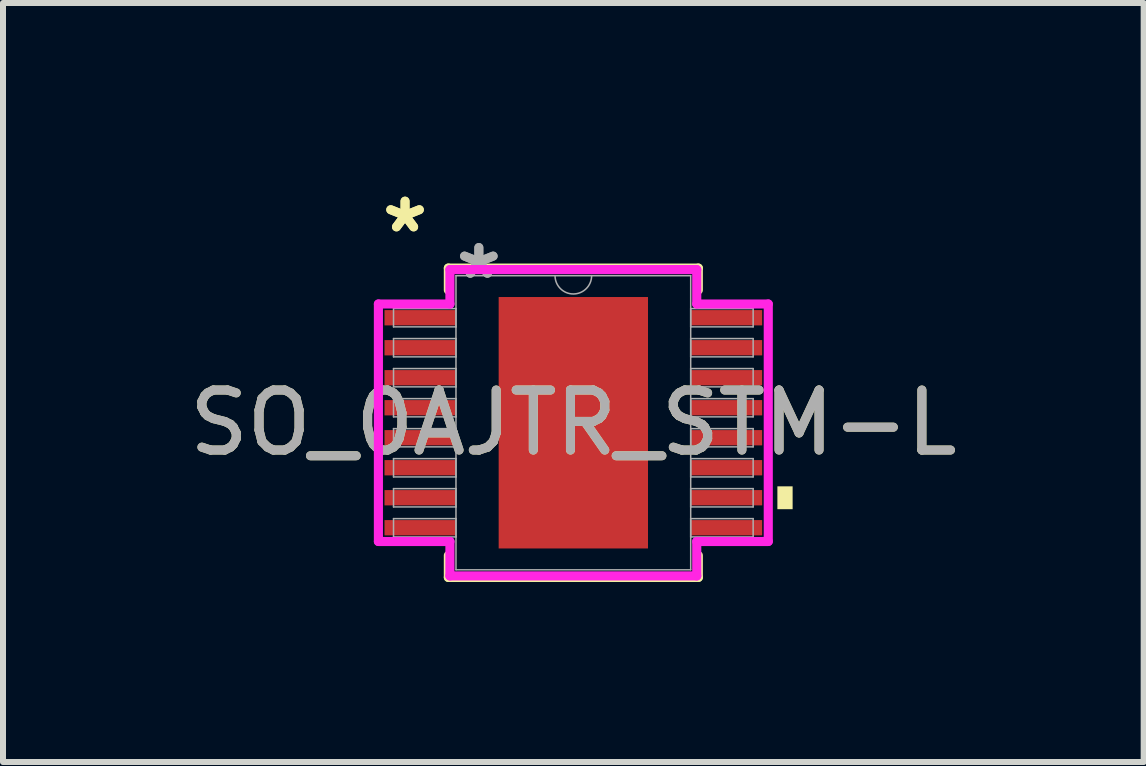
<source format=kicad_pcb>
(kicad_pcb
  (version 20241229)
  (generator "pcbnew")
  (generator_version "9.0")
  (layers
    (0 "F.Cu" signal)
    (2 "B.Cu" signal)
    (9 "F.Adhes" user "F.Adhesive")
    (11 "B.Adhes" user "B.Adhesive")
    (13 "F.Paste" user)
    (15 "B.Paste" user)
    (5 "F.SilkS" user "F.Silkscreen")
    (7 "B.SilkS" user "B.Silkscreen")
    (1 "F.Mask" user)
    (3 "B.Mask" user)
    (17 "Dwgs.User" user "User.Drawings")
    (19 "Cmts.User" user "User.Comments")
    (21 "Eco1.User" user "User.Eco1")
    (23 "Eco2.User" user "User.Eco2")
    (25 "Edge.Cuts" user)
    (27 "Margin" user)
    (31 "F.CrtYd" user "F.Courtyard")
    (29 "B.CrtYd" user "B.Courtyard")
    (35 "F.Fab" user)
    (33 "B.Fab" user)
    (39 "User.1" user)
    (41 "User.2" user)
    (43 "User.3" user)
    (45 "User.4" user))
  (footprint "SO_0AJTR_STM-L"
    (layer "F.Cu")
    (at 6.506 3.996)
    (property "Reference" "SO_0AJTR_STM-L" (at 0 0 0) (unlocked yes) (layer "F.SilkS") (effects (font (size 1 1) (thickness 0.15))))
    (attr smd)
    (fp_line (start -2.083 -2.578) (end -2.083 -2.211) (stroke (width 0.152) (type solid)) (layer "F.SilkS"))
    (fp_line (start -2.083 2.211) (end -2.083 2.578) (stroke (width 0.152) (type solid)) (layer "F.SilkS"))
    (fp_line (start -2.083 2.578) (end 2.083 2.578) (stroke (width 0.152) (type solid)) (layer "F.SilkS"))
    (fp_line (start 2.083 -2.578) (end -2.083 -2.578) (stroke (width 0.152) (type solid)) (layer "F.SilkS"))
    (fp_line (start 2.083 -2.211) (end 2.083 -2.578) (stroke (width 0.152) (type solid)) (layer "F.SilkS"))
    (fp_line (start 2.083 2.578) (end 2.083 2.211) (stroke (width 0.152) (type solid)) (layer "F.SilkS"))
    (fp_poly (pts (xy 3.655 1.06) (xy 3.655 1.441) (xy 3.401 1.441) (xy 3.401 1.06)) (stroke (width 0) (type solid)) (fill yes) (layer "F.SilkS"))
    (fp_poly (pts (xy -1.145 -1.996) (xy -1.145 -0.798) (xy 1.145 -0.798) (xy 1.145 -1.996)) (stroke (width 0) (type solid)) (fill yes) (layer "F.Paste"))
    (fp_poly (pts (xy -1.145 -0.599) (xy -1.145 0.599) (xy 1.145 0.599) (xy 1.145 -0.599)) (stroke (width 0) (type solid)) (fill yes) (layer "F.Paste"))
    (fp_poly (pts (xy -1.145 0.798) (xy -1.145 1.996) (xy 1.145 1.996) (xy 1.145 0.798)) (stroke (width 0) (type solid)) (fill yes) (layer "F.Paste"))
    (fp_line (start -3.249 -1.979) (end -2.057 -1.979) (stroke (width 0.152) (type solid)) (layer "F.CrtYd"))
    (fp_line (start -3.249 1.979) (end -3.249 -1.979) (stroke (width 0.152) (type solid)) (layer "F.CrtYd"))
    (fp_line (start -3.249 1.979) (end -2.057 1.979) (stroke (width 0.152) (type solid)) (layer "F.CrtYd"))
    (fp_line (start -2.057 -2.553) (end 2.057 -2.553) (stroke (width 0.152) (type solid)) (layer "F.CrtYd"))
    (fp_line (start -2.057 -1.979) (end -2.057 -2.553) (stroke (width 0.152) (type solid)) (layer "F.CrtYd"))
    (fp_line (start -2.057 2.553) (end -2.057 1.979) (stroke (width 0.152) (type solid)) (layer "F.CrtYd"))
    (fp_line (start 2.057 -2.553) (end 2.057 -1.979) (stroke (width 0.152) (type solid)) (layer "F.CrtYd"))
    (fp_line (start 2.057 1.979) (end 2.057 2.553) (stroke (width 0.152) (type solid)) (layer "F.CrtYd"))
    (fp_line (start 2.057 2.553) (end -2.057 2.553) (stroke (width 0.152) (type solid)) (layer "F.CrtYd"))
    (fp_line (start 3.249 -1.979) (end 2.057 -1.979) (stroke (width 0.152) (type solid)) (layer "F.CrtYd"))
    (fp_line (start 3.249 -1.979) (end 3.249 1.979) (stroke (width 0.152) (type solid)) (layer "F.CrtYd"))
    (fp_line (start 3.249 1.979) (end 2.057 1.979) (stroke (width 0.152) (type solid)) (layer "F.CrtYd"))
    (fp_line (start -2.997 -1.903) (end -2.997 -1.598) (stroke (width 0.025) (type solid)) (layer "F.Fab"))
    (fp_line (start -2.997 -1.598) (end -1.956 -1.598) (stroke (width 0.025) (type solid)) (layer "F.Fab"))
    (fp_line (start -2.997 -1.403) (end -2.997 -1.098) (stroke (width 0.025) (type solid)) (layer "F.Fab"))
    (fp_line (start -2.997 -1.098) (end -1.956 -1.098) (stroke (width 0.025) (type solid)) (layer "F.Fab"))
    (fp_line (start -2.997 -0.903) (end -2.997 -0.598) (stroke (width 0.025) (type solid)) (layer "F.Fab"))
    (fp_line (start -2.997 -0.598) (end -1.956 -0.598) (stroke (width 0.025) (type solid)) (layer "F.Fab"))
    (fp_line (start -2.997 -0.402) (end -2.997 -0.098) (stroke (width 0.025) (type solid)) (layer "F.Fab"))
    (fp_line (start -2.997 -0.098) (end -1.956 -0.098) (stroke (width 0.025) (type solid)) (layer "F.Fab"))
    (fp_line (start -2.997 0.098) (end -2.997 0.402) (stroke (width 0.025) (type solid)) (layer "F.Fab"))
    (fp_line (start -2.997 0.402) (end -1.956 0.402) (stroke (width 0.025) (type solid)) (layer "F.Fab"))
    (fp_line (start -2.997 0.598) (end -2.997 0.903) (stroke (width 0.025) (type solid)) (layer "F.Fab"))
    (fp_line (start -2.997 0.903) (end -1.956 0.903) (stroke (width 0.025) (type solid)) (layer "F.Fab"))
    (fp_line (start -2.997 1.098) (end -2.997 1.403) (stroke (width 0.025) (type solid)) (layer "F.Fab"))
    (fp_line (start -2.997 1.403) (end -1.956 1.403) (stroke (width 0.025) (type solid)) (layer "F.Fab"))
    (fp_line (start -2.997 1.598) (end -2.997 1.903) (stroke (width 0.025) (type solid)) (layer "F.Fab"))
    (fp_line (start -2.997 1.903) (end -1.956 1.903) (stroke (width 0.025) (type solid)) (layer "F.Fab"))
    (fp_line (start -1.956 -2.451) (end -1.956 2.451) (stroke (width 0.025) (type solid)) (layer "F.Fab"))
    (fp_line (start -1.956 -1.903) (end -2.997 -1.903) (stroke (width 0.025) (type solid)) (layer "F.Fab"))
    (fp_line (start -1.956 -1.598) (end -1.956 -1.903) (stroke (width 0.025) (type solid)) (layer "F.Fab"))
    (fp_line (start -1.956 -1.403) (end -2.997 -1.403) (stroke (width 0.025) (type solid)) (layer "F.Fab"))
    (fp_line (start -1.956 -1.098) (end -1.956 -1.403) (stroke (width 0.025) (type solid)) (layer "F.Fab"))
    (fp_line (start -1.956 -0.903) (end -2.997 -0.903) (stroke (width 0.025) (type solid)) (layer "F.Fab"))
    (fp_line (start -1.956 -0.598) (end -1.956 -0.903) (stroke (width 0.025) (type solid)) (layer "F.Fab"))
    (fp_line (start -1.956 -0.402) (end -2.997 -0.402) (stroke (width 0.025) (type solid)) (layer "F.Fab"))
    (fp_line (start -1.956 -0.098) (end -1.956 -0.402) (stroke (width 0.025) (type solid)) (layer "F.Fab"))
    (fp_line (start -1.956 0.098) (end -2.997 0.098) (stroke (width 0.025) (type solid)) (layer "F.Fab"))
    (fp_line (start -1.956 0.402) (end -1.956 0.098) (stroke (width 0.025) (type solid)) (layer "F.Fab"))
    (fp_line (start -1.956 0.598) (end -2.997 0.598) (stroke (width 0.025) (type solid)) (layer "F.Fab"))
    (fp_line (start -1.956 0.903) (end -1.956 0.598) (stroke (width 0.025) (type solid)) (layer "F.Fab"))
    (fp_line (start -1.956 1.098) (end -2.997 1.098) (stroke (width 0.025) (type solid)) (layer "F.Fab"))
    (fp_line (start -1.956 1.403) (end -1.956 1.098) (stroke (width 0.025) (type solid)) (layer "F.Fab"))
    (fp_line (start -1.956 1.598) (end -2.997 1.598) (stroke (width 0.025) (type solid)) (layer "F.Fab"))
    (fp_line (start -1.956 1.903) (end -1.956 1.598) (stroke (width 0.025) (type solid)) (layer "F.Fab"))
    (fp_line (start -1.956 2.451) (end 1.956 2.451) (stroke (width 0.025) (type solid)) (layer "F.Fab"))
    (fp_line (start 1.956 -2.451) (end -1.956 -2.451) (stroke (width 0.025) (type solid)) (layer "F.Fab"))
    (fp_line (start 1.956 -1.903) (end 1.956 -1.598) (stroke (width 0.025) (type solid)) (layer "F.Fab"))
    (fp_line (start 1.956 -1.598) (end 2.997 -1.598) (stroke (width 0.025) (type solid)) (layer "F.Fab"))
    (fp_line (start 1.956 -1.403) (end 1.956 -1.098) (stroke (width 0.025) (type solid)) (layer "F.Fab"))
    (fp_line (start 1.956 -1.098) (end 2.997 -1.098) (stroke (width 0.025) (type solid)) (layer "F.Fab"))
    (fp_line (start 1.956 -0.903) (end 1.956 -0.598) (stroke (width 0.025) (type solid)) (layer "F.Fab"))
    (fp_line (start 1.956 -0.598) (end 2.997 -0.598) (stroke (width 0.025) (type solid)) (layer "F.Fab"))
    (fp_line (start 1.956 -0.402) (end 1.956 -0.098) (stroke (width 0.025) (type solid)) (layer "F.Fab"))
    (fp_line (start 1.956 -0.098) (end 2.997 -0.098) (stroke (width 0.025) (type solid)) (layer "F.Fab"))
    (fp_line (start 1.956 0.098) (end 1.956 0.402) (stroke (width 0.025) (type solid)) (layer "F.Fab"))
    (fp_line (start 1.956 0.402) (end 2.997 0.402) (stroke (width 0.025) (type solid)) (layer "F.Fab"))
    (fp_line (start 1.956 0.598) (end 1.956 0.903) (stroke (width 0.025) (type solid)) (layer "F.Fab"))
    (fp_line (start 1.956 0.903) (end 2.997 0.903) (stroke (width 0.025) (type solid)) (layer "F.Fab"))
    (fp_line (start 1.956 1.098) (end 1.956 1.403) (stroke (width 0.025) (type solid)) (layer "F.Fab"))
    (fp_line (start 1.956 1.403) (end 2.997 1.403) (stroke (width 0.025) (type solid)) (layer "F.Fab"))
    (fp_line (start 1.956 1.598) (end 1.956 1.903) (stroke (width 0.025) (type solid)) (layer "F.Fab"))
    (fp_line (start 1.956 1.903) (end 2.997 1.903) (stroke (width 0.025) (type solid)) (layer "F.Fab"))
    (fp_line (start 1.956 2.451) (end 1.956 -2.451) (stroke (width 0.025) (type solid)) (layer "F.Fab"))
    (fp_line (start 2.997 -1.903) (end 1.956 -1.903) (stroke (width 0.025) (type solid)) (layer "F.Fab"))
    (fp_line (start 2.997 -1.598) (end 2.997 -1.903) (stroke (width 0.025) (type solid)) (layer "F.Fab"))
    (fp_line (start 2.997 -1.403) (end 1.956 -1.403) (stroke (width 0.025) (type solid)) (layer "F.Fab"))
    (fp_line (start 2.997 -1.098) (end 2.997 -1.403) (stroke (width 0.025) (type solid)) (layer "F.Fab"))
    (fp_line (start 2.997 -0.903) (end 1.956 -0.903) (stroke (width 0.025) (type solid)) (layer "F.Fab"))
    (fp_line (start 2.997 -0.598) (end 2.997 -0.903) (stroke (width 0.025) (type solid)) (layer "F.Fab"))
    (fp_line (start 2.997 -0.402) (end 1.956 -0.402) (stroke (width 0.025) (type solid)) (layer "F.Fab"))
    (fp_line (start 2.997 -0.098) (end 2.997 -0.402) (stroke (width 0.025) (type solid)) (layer "F.Fab"))
    (fp_line (start 2.997 0.098) (end 1.956 0.098) (stroke (width 0.025) (type solid)) (layer "F.Fab"))
    (fp_line (start 2.997 0.402) (end 2.997 0.098) (stroke (width 0.025) (type solid)) (layer "F.Fab"))
    (fp_line (start 2.997 0.598) (end 1.956 0.598) (stroke (width 0.025) (type solid)) (layer "F.Fab"))
    (fp_line (start 2.997 0.903) (end 2.997 0.598) (stroke (width 0.025) (type solid)) (layer "F.Fab"))
    (fp_line (start 2.997 1.098) (end 1.956 1.098) (stroke (width 0.025) (type solid)) (layer "F.Fab"))
    (fp_line (start 2.997 1.403) (end 2.997 1.098) (stroke (width 0.025) (type solid)) (layer "F.Fab"))
    (fp_line (start 2.997 1.598) (end 1.956 1.598) (stroke (width 0.025) (type solid)) (layer "F.Fab"))
    (fp_line (start 2.997 1.903) (end 2.997 1.598) (stroke (width 0.025) (type solid)) (layer "F.Fab"))
    (fp_arc (start 0.3048 -2.4511) (mid 0 -2.1463) (end -0.3048 -2.4511) (stroke (width 0.0254) (type solid)) (layer "F.Fab"))
    (fp_text user "*" (at -2.805 -3.148 0) (layer "F.SilkS") (effects (font (size 1 1) (thickness 0.15))))
    (fp_text user "*" (at -2.805 -3.148 0) (unlocked yes) (layer "F.SilkS") (effects (font (size 1 1) (thickness 0.15))))
    (fp_text user "${REFERENCE}" (at 0 0 0) (unlocked yes) (layer "F.Fab") (effects (font (size 1 1) (thickness 0.15))))
    (fp_text user "*" (at -1.575 -2.375 0) (layer "F.Fab") (effects (font (size 1 1) (thickness 0.15))))
    (fp_text user "*" (at -1.575 -2.375 0) (unlocked yes) (layer "F.Fab") (effects (font (size 1 1) (thickness 0.15))))
    (pad "1" smd rect (at -2.552 -1.75) (size 1.191 0.255) (layers "F.Cu" "F.Mask" "F.Paste"))
    (pad "2" smd rect (at -2.552 -1.25) (size 1.191 0.255) (layers "F.Cu" "F.Mask" "F.Paste"))
    (pad "3" smd rect (at -2.552 -0.75) (size 1.191 0.255) (layers "F.Cu" "F.Mask" "F.Paste"))
    (pad "4" smd rect (at -2.552 -0.25) (size 1.191 0.255) (layers "F.Cu" "F.Mask" "F.Paste"))
    (pad "5" smd rect (at -2.552 0.25) (size 1.191 0.255) (layers "F.Cu" "F.Mask" "F.Paste"))
    (pad "6" smd rect (at -2.552 0.75) (size 1.191 0.255) (layers "F.Cu" "F.Mask" "F.Paste"))
    (pad "7" smd rect (at -2.552 1.25) (size 1.191 0.255) (layers "F.Cu" "F.Mask" "F.Paste"))
    (pad "8" smd rect (at -2.552 1.75) (size 1.191 0.255) (layers "F.Cu" "F.Mask" "F.Paste"))
    (pad "9" smd rect (at 2.552 1.75) (size 1.191 0.255) (layers "F.Cu" "F.Mask" "F.Paste"))
    (pad "10" smd rect (at 2.552 1.25) (size 1.191 0.255) (layers "F.Cu" "F.Mask" "F.Paste"))
    (pad "11" smd rect (at 2.552 0.75) (size 1.191 0.255) (layers "F.Cu" "F.Mask" "F.Paste"))
    (pad "12" smd rect (at 2.552 0.25) (size 1.191 0.255) (layers "F.Cu" "F.Mask" "F.Paste"))
    (pad "13" smd rect (at 2.552 -0.25) (size 1.191 0.255) (layers "F.Cu" "F.Mask" "F.Paste"))
    (pad "14" smd rect (at 2.552 -0.75) (size 1.191 0.255) (layers "F.Cu" "F.Mask" "F.Paste"))
    (pad "15" smd rect (at 2.552 -1.25) (size 1.191 0.255) (layers "F.Cu" "F.Mask" "F.Paste"))
    (pad "16" smd rect (at 2.552 -1.75) (size 1.191 0.255) (layers "F.Cu" "F.Mask" "F.Paste"))
    (pad "EPAD" smd rect (at 0 0) (size 2.489 4.191) (layers "F.Cu" "F.Mask")))
  (gr_rect
    (start -3 -3)
    (end 16.012 9.651)
    (stroke (width 0.1) (type default))
    (fill no)
    (layer "Edge.Cuts")))
</source>
